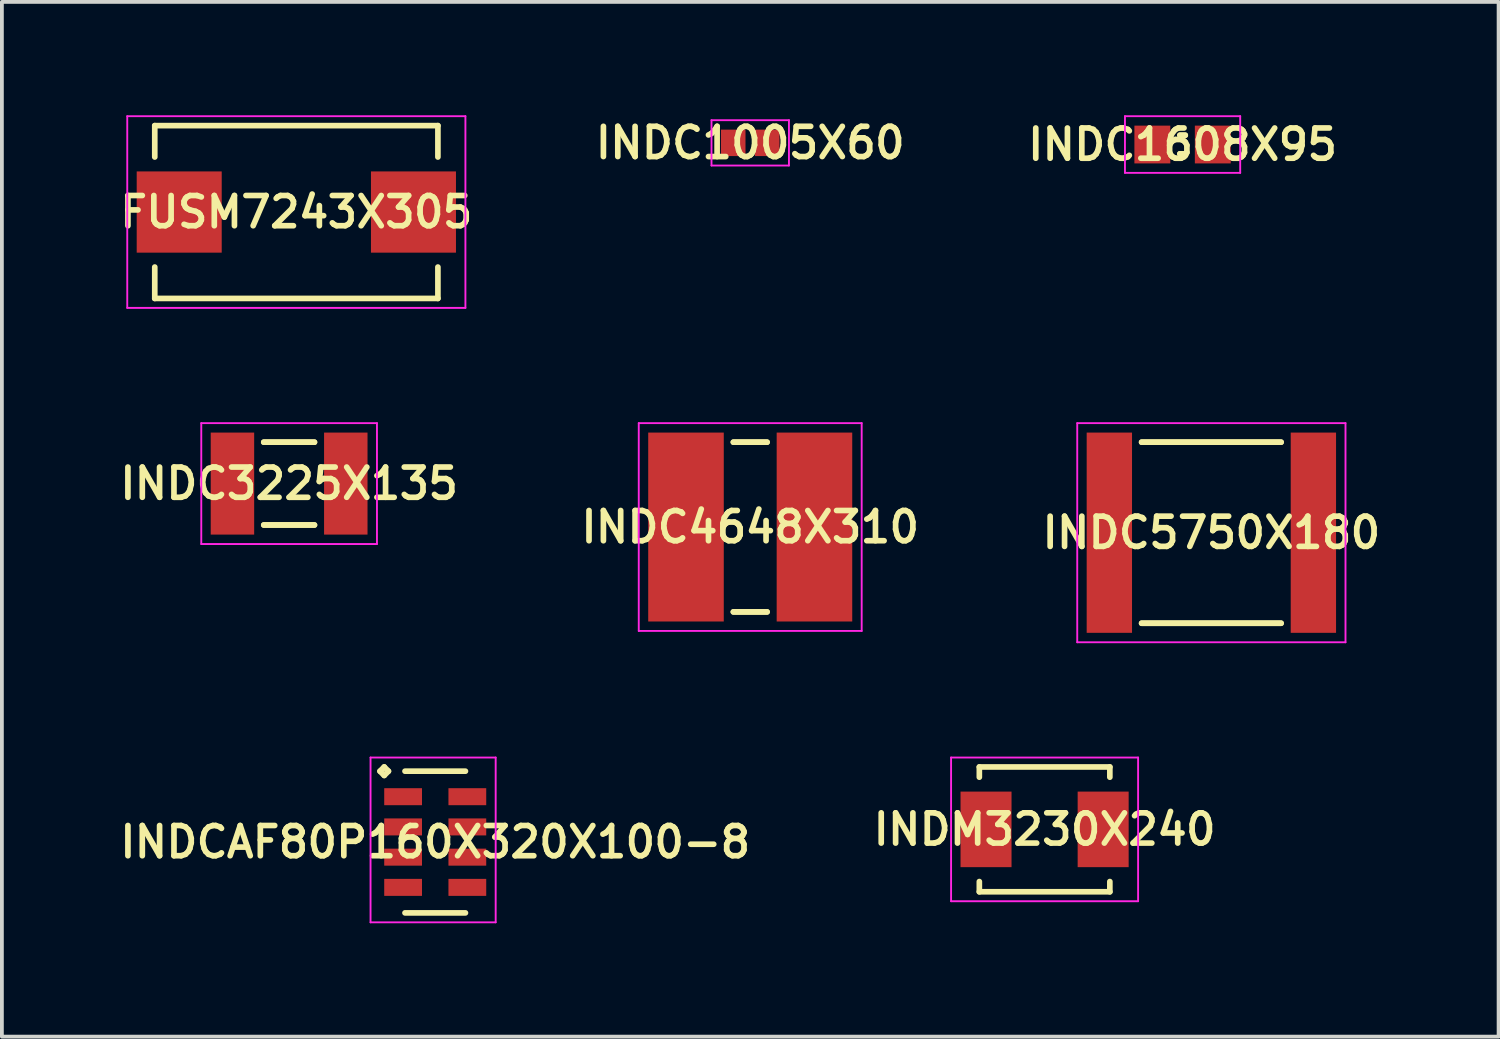
<source format=kicad_pcb>
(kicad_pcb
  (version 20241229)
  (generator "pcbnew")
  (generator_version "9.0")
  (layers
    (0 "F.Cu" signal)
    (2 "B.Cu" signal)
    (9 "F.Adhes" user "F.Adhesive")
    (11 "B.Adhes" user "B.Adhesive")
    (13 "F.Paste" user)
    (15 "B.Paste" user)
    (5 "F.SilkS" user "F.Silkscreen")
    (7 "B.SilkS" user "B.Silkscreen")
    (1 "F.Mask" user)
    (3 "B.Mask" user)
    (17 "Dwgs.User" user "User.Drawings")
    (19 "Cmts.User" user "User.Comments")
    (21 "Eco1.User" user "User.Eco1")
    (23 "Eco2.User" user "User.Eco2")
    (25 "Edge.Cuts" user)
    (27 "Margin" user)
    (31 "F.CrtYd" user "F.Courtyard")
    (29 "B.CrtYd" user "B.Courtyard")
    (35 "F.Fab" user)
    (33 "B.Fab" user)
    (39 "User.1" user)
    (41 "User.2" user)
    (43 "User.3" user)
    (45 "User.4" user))
  (footprint "INDC3225X135"
    (layer "F.Cu")
    (at 4.602 9.749)
    (property "Reference" "INDC3225X135" (at 0 0 0) (layer "F.SilkS") (effects (font (size 0.8 0.8) (thickness 0.15))))
    (attr smd)
    (fp_line (start -0.671 -1.096) (end 0.671 -1.096) (stroke (width 0.15) (type solid)) (layer "F.SilkS"))
    (fp_line (start -0.671 1.096) (end 0.671 1.096) (stroke (width 0.15) (type solid)) (layer "F.SilkS"))
    (fp_line (start 0.671 -1.096) (end -0.671 -1.096) (stroke (width 0.15) (type solid)) (layer "F.SilkS"))
    (fp_line (start 0.671 1.096) (end -0.671 1.096) (stroke (width 0.15) (type solid)) (layer "F.SilkS"))
    (fp_line (start -2.325 -1.6) (end 2.325 -1.6) (stroke (width 0.05) (type solid)) (layer "F.CrtYd"))
    (fp_line (start -2.325 1.6) (end -2.325 -1.6) (stroke (width 0.05) (type solid)) (layer "F.CrtYd"))
    (fp_line (start 2.325 -1.6) (end 2.325 1.6) (stroke (width 0.05) (type solid)) (layer "F.CrtYd"))
    (fp_line (start 2.325 1.6) (end -2.325 1.6) (stroke (width 0.05) (type solid)) (layer "F.CrtYd"))
    (pad "1" smd rect (at -1.5 0) (size 1.15 2.7) (layers "F.Cu" "F.Mask" "F.Paste"))
    (pad "2" smd rect (at 1.5 0) (size 1.15 2.7) (layers "F.Cu" "F.Mask" "F.Paste")))
  (footprint "INDC5750X180"
    (layer "F.Cu")
    (at 29.011 11.049)
    (property "Reference" "INDC5750X180" (at 0 0 0) (layer "F.SilkS") (effects (font (size 0.8 0.8) (thickness 0.15))))
    (attr smd)
    (fp_line (start -1.846 -2.396) (end 1.846 -2.396) (stroke (width 0.15) (type solid)) (layer "F.SilkS"))
    (fp_line (start -1.846 2.396) (end 1.846 2.396) (stroke (width 0.15) (type solid)) (layer "F.SilkS"))
    (fp_line (start 1.846 -2.396) (end -1.846 -2.396) (stroke (width 0.15) (type solid)) (layer "F.SilkS"))
    (fp_line (start 1.846 2.396) (end -1.846 2.396) (stroke (width 0.15) (type solid)) (layer "F.SilkS"))
    (fp_line (start -3.55 -2.9) (end 3.55 -2.9) (stroke (width 0.05) (type solid)) (layer "F.CrtYd"))
    (fp_line (start -3.55 2.9) (end -3.55 -2.9) (stroke (width 0.05) (type solid)) (layer "F.CrtYd"))
    (fp_line (start 3.55 -2.9) (end 3.55 2.9) (stroke (width 0.05) (type solid)) (layer "F.CrtYd"))
    (fp_line (start 3.55 2.9) (end -3.55 2.9) (stroke (width 0.05) (type solid)) (layer "F.CrtYd"))
    (pad "1" smd rect (at -2.7 0) (size 1.2 5.3) (layers "F.Cu" "F.Mask" "F.Paste"))
    (pad "2" smd rect (at 2.7 0) (size 1.2 5.3) (layers "F.Cu" "F.Mask" "F.Paste")))
  (footprint "INDC1608X95"
    (layer "F.Cu")
    (at 28.249 0.775)
    (property "Reference" "INDC1608X95" (at 0 0 0) (layer "F.SilkS") (effects (font (size 0.8 0.8) (thickness 0.15))))
    (attr smd)
    (fp_line (start -0.071 -0.246) (end 0.071 -0.246) (stroke (width 0.15) (type solid)) (layer "F.SilkS"))
    (fp_line (start -0.071 0.246) (end 0.071 0.246) (stroke (width 0.15) (type solid)) (layer "F.SilkS"))
    (fp_line (start 0.071 -0.246) (end -0.071 -0.246) (stroke (width 0.15) (type solid)) (layer "F.SilkS"))
    (fp_line (start 0.071 0.246) (end -0.071 0.246) (stroke (width 0.15) (type solid)) (layer "F.SilkS"))
    (fp_line (start -1.525 -0.75) (end 1.525 -0.75) (stroke (width 0.05) (type solid)) (layer "F.CrtYd"))
    (fp_line (start -1.525 0.75) (end -1.525 -0.75) (stroke (width 0.05) (type solid)) (layer "F.CrtYd"))
    (fp_line (start 1.525 -0.75) (end 1.525 0.75) (stroke (width 0.05) (type solid)) (layer "F.CrtYd"))
    (fp_line (start 1.525 0.75) (end -1.525 0.75) (stroke (width 0.05) (type solid)) (layer "F.CrtYd"))
    (pad "1" smd rect (at -0.8 0) (size 0.95 1) (layers "F.Cu" "F.Mask" "F.Paste"))
    (pad "2" smd rect (at 0.8 0) (size 0.95 1) (layers "F.Cu" "F.Mask" "F.Paste")))
  (footprint "INDCAF80P160X320X100-8"
    (layer "F.Cu")
    (at 8.469 19.236)
    (property "Reference" "INDCAF80P160X320X100-8" (at 0 0 0) (layer "F.SilkS") (effects (font (size 0.8 0.8) (thickness 0.15))))
    (attr smd)
    (fp_line (start -1.462 -1.875) (end -1.35 -1.988) (stroke (width 0.15) (type solid)) (layer "F.SilkS"))
    (fp_line (start -1.35 -1.988) (end -1.238 -1.875) (stroke (width 0.15) (type solid)) (layer "F.SilkS"))
    (fp_line (start -1.35 -1.762) (end -1.462 -1.875) (stroke (width 0.15) (type solid)) (layer "F.SilkS"))
    (fp_line (start -1.238 -1.875) (end -1.35 -1.762) (stroke (width 0.15) (type solid)) (layer "F.SilkS"))
    (fp_line (start -0.8 -1.875) (end 0.8 -1.875) (stroke (width 0.15) (type solid)) (layer "F.SilkS"))
    (fp_line (start -0.8 1.875) (end 0.8 1.875) (stroke (width 0.15) (type solid)) (layer "F.SilkS"))
    (fp_line (start -1.712 -2.237) (end 1.6 -2.237) (stroke (width 0.05) (type solid)) (layer "F.CrtYd"))
    (fp_line (start -1.712 2.125) (end -1.712 -2.237) (stroke (width 0.05) (type solid)) (layer "F.CrtYd"))
    (fp_line (start 1.6 -2.237) (end 1.6 2.125) (stroke (width 0.05) (type solid)) (layer "F.CrtYd"))
    (fp_line (start 1.6 2.125) (end -1.712 2.125) (stroke (width 0.05) (type solid)) (layer "F.CrtYd"))
    (pad "1" smd rect (at -0.85 -1.2) (size 1 0.45) (layers "F.Cu" "F.Mask" "F.Paste"))
    (pad "2" smd rect (at -0.85 -0.4) (size 1 0.45) (layers "F.Cu" "F.Mask" "F.Paste"))
    (pad "3" smd rect (at -0.85 0.4) (size 1 0.45) (layers "F.Cu" "F.Mask" "F.Paste"))
    (pad "4" smd rect (at -0.85 1.2) (size 1 0.45) (layers "F.Cu" "F.Mask" "F.Paste"))
    (pad "5" smd rect (at 0.85 1.2) (size 1 0.45) (layers "F.Cu" "F.Mask" "F.Paste"))
    (pad "6" smd rect (at 0.85 0.4) (size 1 0.45) (layers "F.Cu" "F.Mask" "F.Paste"))
    (pad "7" smd rect (at 0.85 -0.4) (size 1 0.45) (layers "F.Cu" "F.Mask" "F.Paste"))
    (pad "8" smd rect (at 0.85 -1.2) (size 1 0.45) (layers "F.Cu" "F.Mask" "F.Paste")))
  (footprint "FUSM7243X305"
    (layer "F.Cu")
    (at 4.793 2.562)
    (property "Reference" "FUSM7243X305" (at 0 0 0) (layer "F.SilkS") (effects (font (size 0.8 0.8) (thickness 0.15))))
    (attr smd)
    (fp_line (start -3.747 -2.287) (end 3.747 -2.287) (stroke (width 0.15) (type solid)) (layer "F.SilkS"))
    (fp_line (start -3.747 -1.456) (end -3.747 -2.287) (stroke (width 0.15) (type solid)) (layer "F.SilkS"))
    (fp_line (start -3.747 1.456) (end -3.747 2.287) (stroke (width 0.15) (type solid)) (layer "F.SilkS"))
    (fp_line (start -3.747 2.287) (end 3.747 2.287) (stroke (width 0.15) (type solid)) (layer "F.SilkS"))
    (fp_line (start 3.747 -2.287) (end 3.747 -1.456) (stroke (width 0.15) (type solid)) (layer "F.SilkS"))
    (fp_line (start 3.747 2.287) (end 3.747 1.456) (stroke (width 0.15) (type solid)) (layer "F.SilkS"))
    (fp_line (start -4.475 -2.537) (end 4.475 -2.537) (stroke (width 0.05) (type solid)) (layer "F.CrtYd"))
    (fp_line (start -4.475 2.537) (end -4.475 -2.537) (stroke (width 0.05) (type solid)) (layer "F.CrtYd"))
    (fp_line (start 4.475 -2.537) (end 4.475 2.537) (stroke (width 0.05) (type solid)) (layer "F.CrtYd"))
    (fp_line (start 4.475 2.537) (end -4.475 2.537) (stroke (width 0.05) (type solid)) (layer "F.CrtYd"))
    (pad "1" smd rect (at -3.1 0) (size 2.25 2.15) (layers "F.Cu" "F.Mask" "F.Paste"))
    (pad "2" smd rect (at 3.1 0) (size 2.25 2.15) (layers "F.Cu" "F.Mask" "F.Paste")))
  (footprint "INDC4648X310"
    (layer "F.Cu")
    (at 16.806 10.899)
    (property "Reference" "INDC4648X310" (at 0 0 0) (layer "F.SilkS") (effects (font (size 0.8 0.8) (thickness 0.15))))
    (attr smd)
    (fp_line (start -0.446 -2.246) (end 0.446 -2.246) (stroke (width 0.15) (type solid)) (layer "F.SilkS"))
    (fp_line (start -0.446 2.246) (end 0.446 2.246) (stroke (width 0.15) (type solid)) (layer "F.SilkS"))
    (fp_line (start 0.446 -2.246) (end -0.446 -2.246) (stroke (width 0.15) (type solid)) (layer "F.SilkS"))
    (fp_line (start 0.446 2.246) (end -0.446 2.246) (stroke (width 0.15) (type solid)) (layer "F.SilkS"))
    (fp_line (start -2.95 -2.75) (end 2.95 -2.75) (stroke (width 0.05) (type solid)) (layer "F.CrtYd"))
    (fp_line (start -2.95 2.75) (end -2.95 -2.75) (stroke (width 0.05) (type solid)) (layer "F.CrtYd"))
    (fp_line (start 2.95 -2.75) (end 2.95 2.75) (stroke (width 0.05) (type solid)) (layer "F.CrtYd"))
    (fp_line (start 2.95 2.75) (end -2.95 2.75) (stroke (width 0.05) (type solid)) (layer "F.CrtYd"))
    (pad "1" smd rect (at -1.7 0) (size 2 5) (layers "F.Cu" "F.Mask" "F.Paste"))
    (pad "2" smd rect (at 1.7 0) (size 2 5) (layers "F.Cu" "F.Mask" "F.Paste")))
  (footprint "INDM3230X240"
    (layer "F.Cu")
    (at 24.597 18.901)
    (property "Reference" "INDM3230X240" (at 0 0 0) (layer "F.SilkS") (effects (font (size 0.8 0.8) (thickness 0.15))))
    (attr smd)
    (fp_line (start -1.727 -1.652) (end 1.727 -1.652) (stroke (width 0.15) (type solid)) (layer "F.SilkS"))
    (fp_line (start -1.727 -1.381) (end -1.727 -1.652) (stroke (width 0.15) (type solid)) (layer "F.SilkS"))
    (fp_line (start -1.727 1.381) (end -1.727 1.652) (stroke (width 0.15) (type solid)) (layer "F.SilkS"))
    (fp_line (start -1.727 1.652) (end 1.727 1.652) (stroke (width 0.15) (type solid)) (layer "F.SilkS"))
    (fp_line (start 1.727 -1.652) (end 1.727 -1.381) (stroke (width 0.15) (type solid)) (layer "F.SilkS"))
    (fp_line (start 1.727 1.652) (end 1.727 1.381) (stroke (width 0.15) (type solid)) (layer "F.SilkS"))
    (fp_line (start -2.475 -1.902) (end 2.475 -1.902) (stroke (width 0.05) (type solid)) (layer "F.CrtYd"))
    (fp_line (start -2.475 1.902) (end -2.475 -1.902) (stroke (width 0.05) (type solid)) (layer "F.CrtYd"))
    (fp_line (start 2.475 -1.902) (end 2.475 1.902) (stroke (width 0.05) (type solid)) (layer "F.CrtYd"))
    (fp_line (start 2.475 1.902) (end -2.475 1.902) (stroke (width 0.05) (type solid)) (layer "F.CrtYd"))
    (pad "1" smd rect (at -1.55 0) (size 1.35 2) (layers "F.Cu" "F.Mask" "F.Paste"))
    (pad "2" smd rect (at 1.55 0) (size 1.35 2) (layers "F.Cu" "F.Mask" "F.Paste")))
  (footprint "INDC1005X60"
    (layer "F.Cu")
    (at 16.806 0.731)
    (property "Reference" "INDC1005X60" (at 0 0 0) (layer "F.SilkS") (effects (font (size 0.8 0.8) (thickness 0.15))))
    (attr smd)
    (fp_line (start -1.025 -0.6) (end 1.025 -0.6) (stroke (width 0.05) (type solid)) (layer "F.CrtYd"))
    (fp_line (start -1.025 0.6) (end -1.025 -0.6) (stroke (width 0.05) (type solid)) (layer "F.CrtYd"))
    (fp_line (start 1.025 -0.6) (end 1.025 0.6) (stroke (width 0.05) (type solid)) (layer "F.CrtYd"))
    (fp_line (start 1.025 0.6) (end -1.025 0.6) (stroke (width 0.05) (type solid)) (layer "F.CrtYd"))
    (pad "1" smd rect (at -0.45 0) (size 0.65 0.7) (layers "F.Cu" "F.Mask" "F.Paste"))
    (pad "2" smd rect (at 0.45 0) (size 0.65 0.7) (layers "F.Cu" "F.Mask" "F.Paste")))
  (gr_rect
    (start -3 -3)
    (end 36.613 24.387)
    (stroke (width 0.1) (type default))
    (fill no)
    (layer "Edge.Cuts")))
</source>
